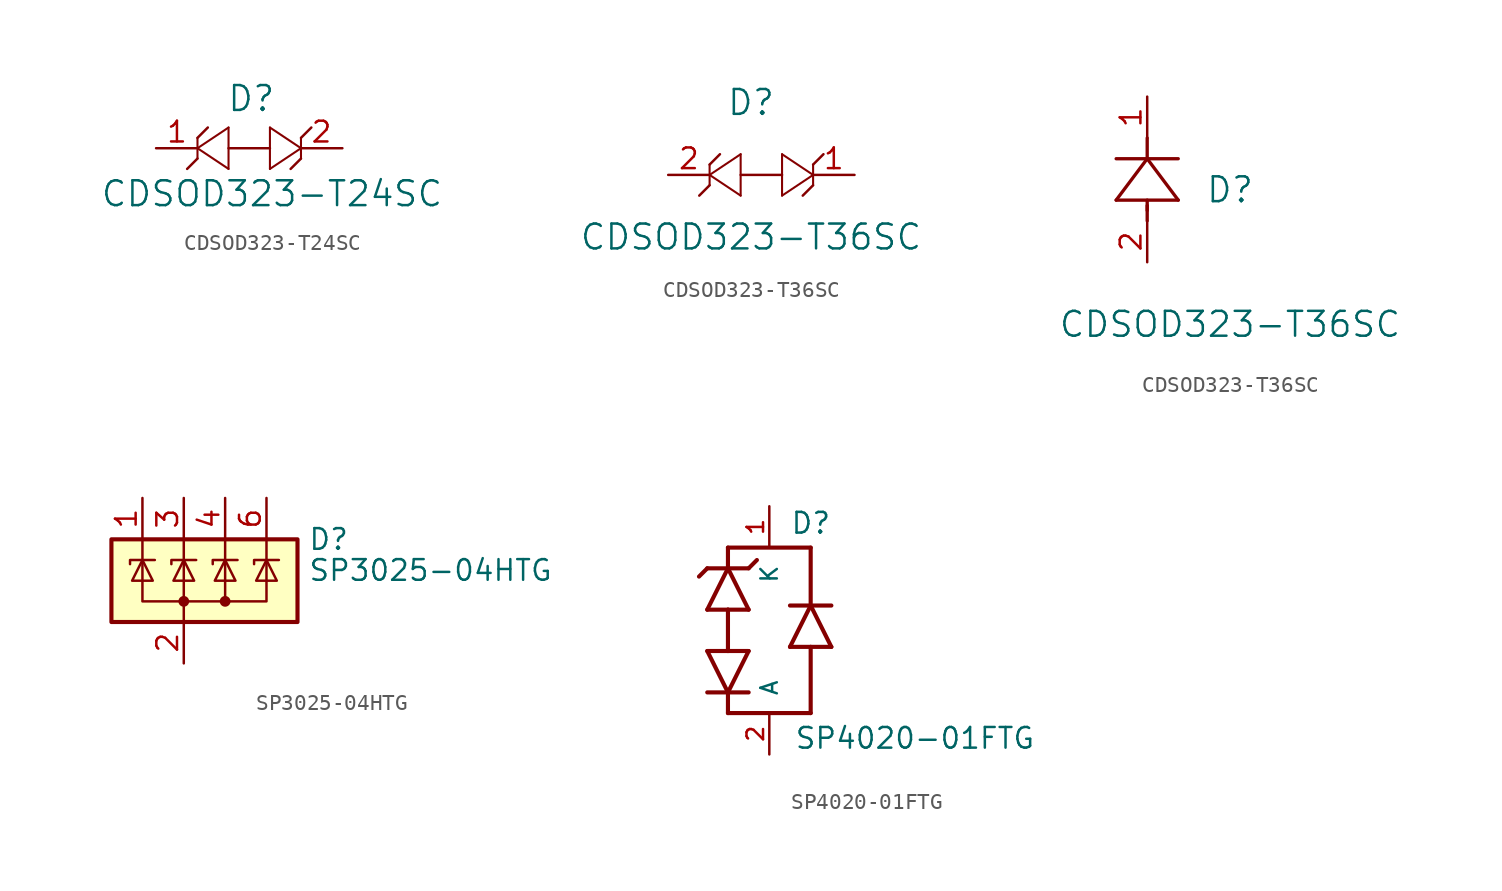
<source format=kicad_sym>
(kicad_symbol_lib
  (version 20241209)
  (generator "kicad_symbol_editor")
  (generator_version "9.0")
  (symbol "CDSOD323-T24SC"
    (pin_names
      (offset 0.254)
      (hide yes))
    (property "Reference" "D"
      (at 5.842 3.048 0)
      (effects (font (size 1.524 1.524))))
    (property "Value" "CDSOD323-T24SC"
      (at 7.112 -2.794 0)
      (effects (font (size 1.524 1.524))))
    (symbol "CDSOD323-T24SC_0_1"
      (polyline (pts (xy 2.54 0.635) (xy 2.54 -0.635)) (stroke (width 0.127) (type default)) (fill (type none)))
      (polyline (pts (xy 2.54 0) (xy 4.445 -1.27)) (stroke (width 0.127) (type default)) (fill (type none)))
      (polyline (pts (xy 4.445 1.27) (xy 2.54 0)) (stroke (width 0.127) (type default)) (fill (type none)))
      (polyline (pts (xy 4.445 -1.27) (xy 4.445 1.27)) (stroke (width 0.127) (type default)) (fill (type none)))
      (polyline (pts (xy 6.985 1.27) (xy 6.985 -1.27)) (stroke (width 0.127) (type default)) (fill (type none)))
      (polyline (pts (xy 6.985 -1.27) (xy 8.89 0)) (stroke (width 0.127) (type default)) (fill (type none)))
      (polyline (pts (xy 8.89 0) (xy 6.985 1.27)) (stroke (width 0.127) (type default)) (fill (type none)))
      (polyline (pts (xy 8.89 -0.635) (xy 8.89 0.635)) (stroke (width 0.127) (type default)) (fill (type none))))
    (symbol "CDSOD323-T24SC_1_1"
      (polyline (pts (xy 2.54 0.635) (xy 3.175 1.27)) (stroke (width 0) (type default)) (fill (type none)))
      (polyline (pts (xy 2.54 -0.635) (xy 1.905 -1.27)) (stroke (width 0) (type default)) (fill (type none)))
      (polyline (pts (xy 4.445 0) (xy 6.985 0)) (stroke (width 0) (type default)) (fill (type none)))
      (polyline (pts (xy 8.89 0.635) (xy 9.525 1.27)) (stroke (width 0) (type default)) (fill (type none)))
      (polyline (pts (xy 8.89 -0.635) (xy 8.255 -1.27)) (stroke (width 0) (type default)) (fill (type none)))
      (pin passive line (at 0 0 0) (length 2.56) (name "" (effects (font (size 1.27 1.27)))) (number "1" (effects (font (size 1.27 1.27)))))
      (pin passive line (at 11.43 0 180) (length 2.56) (name "" (effects (font (size 1.27 1.27)))) (number "2" (effects (font (size 1.27 1.27)))))))
  (symbol "CDSOD323-T36SC"
    (pin_names
      (offset 0.254)
      (hide yes))
    (property "Reference" "D"
      (at 5.08 4.445 0)
      (effects (font (size 1.524 1.524))))
    (property "Value" "CDSOD323-T36SC"
      (at 5.08 -3.81 0)
      (effects (font (size 1.524 1.524))))
    (symbol "CDSOD323-T36SC_0_1"
      (polyline (pts (xy 2.54 0.635) (xy 2.54 -0.635)) (stroke (width 0.127) (type default)) (fill (type none)))
      (polyline (pts (xy 2.54 0) (xy 4.445 -1.27)) (stroke (width 0.127) (type default)) (fill (type none)))
      (polyline (pts (xy 4.445 1.27) (xy 2.54 0)) (stroke (width 0.127) (type default)) (fill (type none)))
      (polyline (pts (xy 4.445 -1.27) (xy 4.445 1.27)) (stroke (width 0.127) (type default)) (fill (type none)))
      (polyline (pts (xy 6.985 1.27) (xy 6.985 -1.27)) (stroke (width 0.127) (type default)) (fill (type none)))
      (polyline (pts (xy 6.985 -1.27) (xy 8.89 0)) (stroke (width 0.127) (type default)) (fill (type none)))
      (polyline (pts (xy 8.89 0) (xy 6.985 1.27)) (stroke (width 0.127) (type default)) (fill (type none)))
      (polyline (pts (xy 8.89 -0.635) (xy 8.89 0.635)) (stroke (width 0.127) (type default)) (fill (type none))))
    (symbol "CDSOD323-T36SC_1_1"
      (polyline (pts (xy 2.54 0.635) (xy 3.175 1.27)) (stroke (width 0) (type default)) (fill (type none)))
      (polyline (pts (xy 2.54 -0.635) (xy 1.905 -1.27)) (stroke (width 0) (type default)) (fill (type none)))
      (polyline (pts (xy 4.445 0) (xy 6.985 0)) (stroke (width 0) (type default)) (fill (type none)))
      (polyline (pts (xy 8.89 0.635) (xy 9.525 1.27)) (stroke (width 0) (type default)) (fill (type none)))
      (polyline (pts (xy 8.89 -0.635) (xy 8.255 -1.27)) (stroke (width 0) (type default)) (fill (type none)))
      (pin passive line (at 0 0 0) (length 2.54) (name "" (effects (font (size 1.27 1.27)))) (number "2" (effects (font (size 1.27 1.27)))))
      (pin passive line (at 11.43 0 180) (length 2.54) (name "" (effects (font (size 1.27 1.27)))) (number "1" (effects (font (size 1.27 1.27))))))
    (symbol "CDSOD323-T36SC_1_2"
      (polyline (pts (xy -1.905 3.81) (xy 1.905 3.81)) (stroke (width 0.203) (type default)) (fill (type none)))
      (polyline (pts (xy 0 6.35) (xy -1.905 3.81)) (stroke (width 0.203) (type default)) (fill (type none)))
      (polyline (pts (xy 0 6.35) (xy 0 7.62)) (stroke (width 0.203) (type default)) (fill (type none)))
      (polyline (pts (xy 0 3.175) (xy 0 3.81)) (stroke (width 0.203) (type default)) (fill (type none)))
      (polyline (pts (xy 0 2.54) (xy 0 3.48)) (stroke (width 0.203) (type default)) (fill (type none)))
      (polyline (pts (xy 1.905 6.35) (xy -1.905 6.35)) (stroke (width 0.203) (type default)) (fill (type none)))
      (polyline (pts (xy 1.905 3.81) (xy 0 6.35)) (stroke (width 0.203) (type default)) (fill (type none)))
      (pin unspecified line (at 0 10.16 270) (length 2.54) (name "" (effects (font (size 1.27 1.27)))) (number "1" (effects (font (size 1.27 1.27)))))
      (pin unspecified line (at 0 0 90) (length 2.54) (name "" (effects (font (size 1.27 1.27)))) (number "2" (effects (font (size 1.27 1.27)))))))
  (symbol "SP3025-04HTG"
    (pin_names
      (hide yes))
    (property "Reference" "D"
      (at 7.62 2.54 0)
      (effects (font (size 1.27 1.27)) (justify left)))
    (property "Value" "SP3025-04HTG"
      (at 7.62 0.635 0)
      (effects (font (size 1.27 1.27)) (justify left)))
    (symbol "SP3025-04HTG_0_0"
      (pin passive line (at 0 -5.08 90) (length 2.54) (name "A" (effects (font (size 1.27 1.27)))) (number "2" (effects (font (size 1.27 1.27))))))
    (symbol "SP3025-04HTG_0_1"
      (rectangle (start -4.445 2.54) (end 6.985 -2.54) (stroke (width 0.254) (type default)) (fill (type background)))
      (polyline (pts (xy -3.302 1.016) (xy -3.302 1.27) (xy -1.778 1.27)) (stroke (width 0) (type default)) (fill (type none)))
      (polyline (pts (xy -2.54 2.54) (xy -2.54 1.27)) (stroke (width 0) (type default)) (fill (type none)))
      (polyline (pts (xy -2.54 1.27) (xy -2.54 -1.27) (xy 2.54 -1.27) (xy 2.54 1.27)) (stroke (width 0) (type default)) (fill (type none)))
      (polyline (pts (xy -2.54 1.27) (xy -1.905 0) (xy -3.175 0) (xy -2.54 1.27)) (stroke (width 0) (type default)) (fill (type none)))
      (polyline (pts (xy 0 2.54) (xy 0 1.27)) (stroke (width 0) (type default)) (fill (type none)))
      (polyline (pts (xy 0 -1.27) (xy 0 1.27)) (stroke (width 0) (type default)) (fill (type none)))
      (polyline (pts (xy 0 -1.27) (xy 0 -2.54)) (stroke (width 0) (type default)) (fill (type none)))
      (circle (center 0 -1.27) (radius 0.254) (stroke (width 0) (type default)) (fill (type outline)))
      (polyline (pts (xy 0.635 0) (xy -0.635 0) (xy 0 1.27) (xy 0.635 0)) (stroke (width 0) (type default)) (fill (type none)))
      (polyline (pts (xy 0.762 1.27) (xy -0.762 1.27) (xy -0.762 1.016)) (stroke (width 0) (type default)) (fill (type none)))
      (polyline (pts (xy 1.778 1.016) (xy 1.778 1.27) (xy 3.175 1.27) (xy 3.302 1.27)) (stroke (width 0) (type default)) (fill (type none)))
      (polyline (pts (xy 2.54 2.54) (xy 2.54 1.27)) (stroke (width 0) (type default)) (fill (type none)))
      (polyline (pts (xy 2.54 1.27) (xy 1.905 0) (xy 3.175 0) (xy 2.54 1.27)) (stroke (width 0) (type default)) (fill (type none)))
      (circle (center 2.54 -1.27) (radius 0.254) (stroke (width 0) (type default)) (fill (type outline)))
      (polyline (pts (xy 4.318 1.016) (xy 4.318 1.27) (xy 5.715 1.27) (xy 5.842 1.27)) (stroke (width 0) (type default)) (fill (type none)))
      (polyline (pts (xy 5.08 2.54) (xy 5.08 1.27)) (stroke (width 0) (type default)) (fill (type none)))
      (polyline (pts (xy 5.08 1.27) (xy 5.08 -1.27) (xy 2.54 -1.27)) (stroke (width 0) (type default)) (fill (type none)))
      (polyline (pts (xy 5.08 1.27) (xy 4.445 0) (xy 5.715 0) (xy 5.08 1.27)) (stroke (width 0) (type default)) (fill (type none))))
    (symbol "SP3025-04HTG_1_1"
      (pin passive line (at -2.54 5.08 270) (length 2.54) (name "K" (effects (font (size 1.27 1.27)))) (number "1" (effects (font (size 1.27 1.27)))))
      (pin passive line (at 0 5.08 270) (length 2.54) (name "K" (effects (font (size 1.27 1.27)))) (number "3" (effects (font (size 1.27 1.27)))))
      (pin passive line (at 2.54 5.08 270) (length 2.54) (name "K" (effects (font (size 1.27 1.27)))) (number "4" (effects (font (size 1.27 1.27)))))
      (pin passive line (at 5.08 5.08 270) (length 2.54) (name "K" (effects (font (size 1.27 1.27)))) (number "6" (effects (font (size 1.27 1.27)))))))
  (symbol "SP4020-01FTG"
    (pin_names
      (offset 1.016))
    (property "Reference" "D"
      (at 1.27 5.842 0)
      (effects (font (size 1.27 1.27)) (justify left bottom)))
    (property "Value" "SP4020-01FTG"
      (at 1.524 -7.366 0)
      (effects (font (size 1.27 1.27)) (justify left bottom)))
    (symbol "SP4020-01FTG_0_0"
      (polyline (pts (xy -3.81 3.81) (xy -4.318 3.302)) (stroke (width 0.254) (type default)) (fill (type none)))
      (polyline (pts (xy -3.81 1.27) (xy -2.54 3.81)) (stroke (width 0.254) (type default)) (fill (type none)))
      (polyline (pts (xy -3.81 -1.27) (xy -2.54 -3.81)) (stroke (width 0.254) (type default)) (fill (type none)))
      (polyline (pts (xy -3.81 -3.81) (xy -2.54 -3.81)) (stroke (width 0.254) (type default)) (fill (type none)))
      (polyline (pts (xy -2.54 5.08) (xy -2.54 3.81)) (stroke (width 0.254) (type default)) (fill (type none)))
      (polyline (pts (xy -2.54 3.81) (xy -3.81 3.81)) (stroke (width 0.254) (type default)) (fill (type none)))
      (polyline (pts (xy -2.54 3.81) (xy -1.27 3.81)) (stroke (width 0.254) (type default)) (fill (type none)))
      (polyline (pts (xy -2.54 3.81) (xy -1.27 1.27)) (stroke (width 0.254) (type default)) (fill (type none)))
      (polyline (pts (xy -2.54 1.27) (xy -3.81 1.27)) (stroke (width 0.254) (type default)) (fill (type none)))
      (polyline (pts (xy -2.54 -1.27) (xy -3.81 -1.27)) (stroke (width 0.254) (type default)) (fill (type none)))
      (polyline (pts (xy -2.54 -1.27) (xy -2.54 1.27)) (stroke (width 0.254) (type default)) (fill (type none)))
      (polyline (pts (xy -2.54 -3.81) (xy -1.27 -1.27)) (stroke (width 0.254) (type default)) (fill (type none)))
      (polyline (pts (xy -2.54 -3.81) (xy -1.27 -3.81)) (stroke (width 0.254) (type default)) (fill (type none)))
      (polyline (pts (xy -2.54 -5.08) (xy -2.54 -3.81)) (stroke (width 0.254) (type default)) (fill (type none)))
      (polyline (pts (xy -1.27 3.81) (xy -0.762 4.318)) (stroke (width 0.254) (type default)) (fill (type none)))
      (polyline (pts (xy -1.27 1.27) (xy -2.54 1.27)) (stroke (width 0.254) (type default)) (fill (type none)))
      (polyline (pts (xy -1.27 -1.27) (xy -2.54 -1.27)) (stroke (width 0.254) (type default)) (fill (type none)))
      (polyline (pts (xy 1.27 1.524) (xy 2.54 1.524)) (stroke (width 0.254) (type default)) (fill (type none)))
      (polyline (pts (xy 1.27 -1.016) (xy 2.54 -1.016)) (stroke (width 0.254) (type default)) (fill (type none)))
      (polyline (pts (xy 2.54 5.08) (xy -2.54 5.08)) (stroke (width 0.254) (type default)) (fill (type none)))
      (polyline (pts (xy 2.54 1.524) (xy 1.27 -1.016)) (stroke (width 0.254) (type default)) (fill (type none)))
      (polyline (pts (xy 2.54 1.524) (xy 2.54 5.08)) (stroke (width 0.254) (type default)) (fill (type none)))
      (polyline (pts (xy 2.54 1.524) (xy 3.81 1.524)) (stroke (width 0.254) (type default)) (fill (type none)))
      (polyline (pts (xy 2.54 -1.016) (xy 3.81 -1.016)) (stroke (width 0.254) (type default)) (fill (type none)))
      (polyline (pts (xy 2.54 -5.08) (xy -2.54 -5.08)) (stroke (width 0.254) (type default)) (fill (type none)))
      (polyline (pts (xy 2.54 -5.08) (xy 2.54 -1.016)) (stroke (width 0.254) (type default)) (fill (type none)))
      (polyline (pts (xy 3.81 -1.016) (xy 2.54 1.524)) (stroke (width 0.254) (type default)) (fill (type none))))
    (symbol "SP4020-01FTG_1_0"
      (pin passive line (at 0 7.62 270) (length 2.54) (name "K" (effects (font (size 1.016 1.016)))) (number "1" (effects (font (size 1.016 1.016)))))
      (pin passive line (at 0 -7.62 90) (length 2.54) (name "A" (effects (font (size 1.016 1.016)))) (number "2" (effects (font (size 1.016 1.016))))))))
</source>
